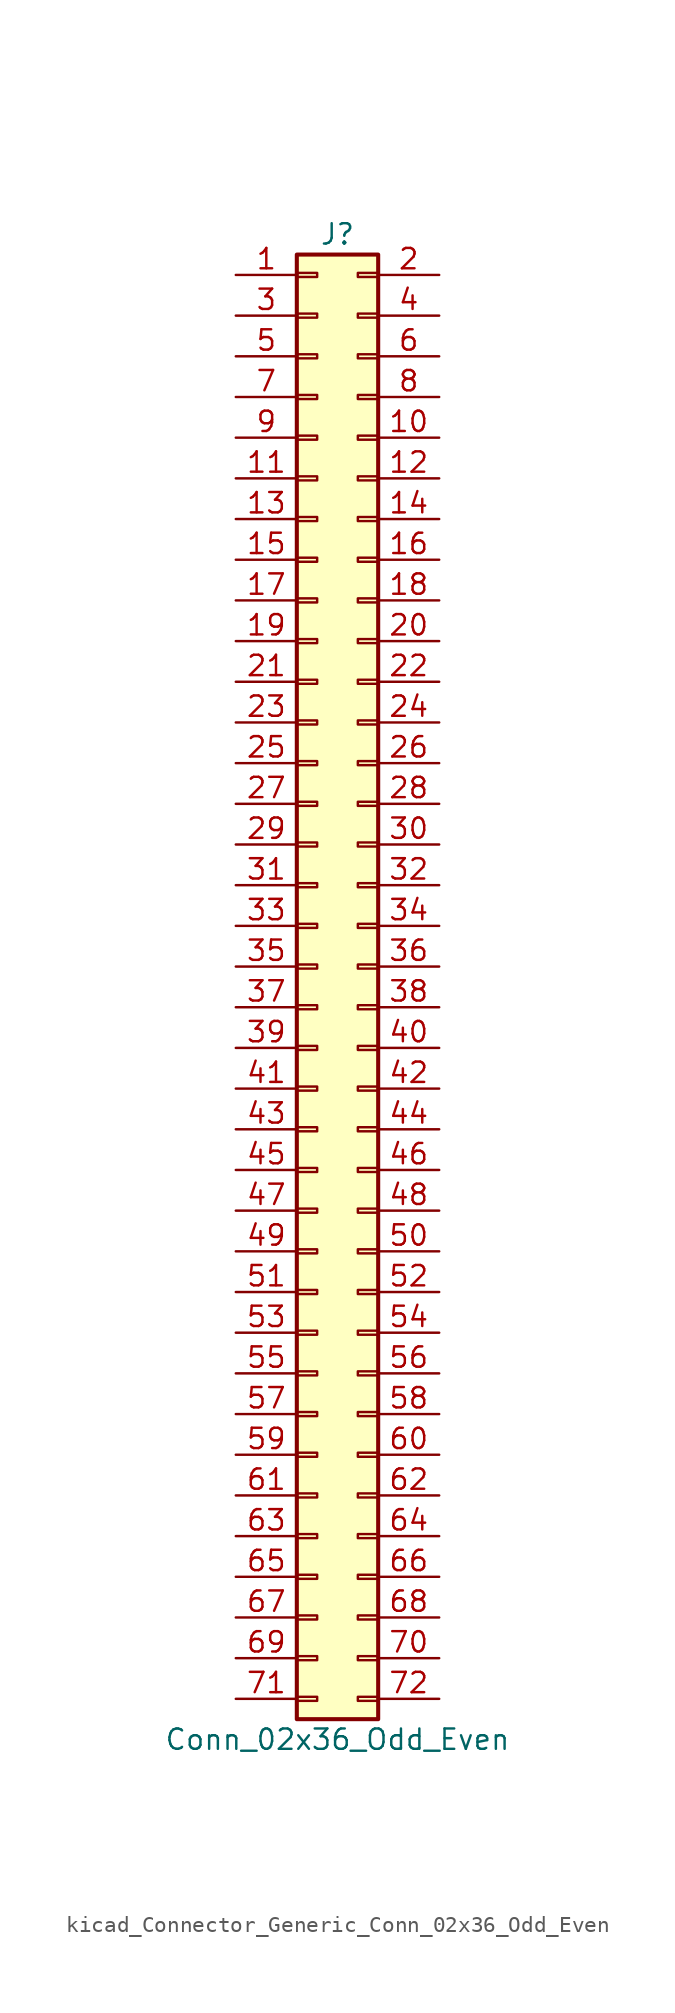
<source format=kicad_sym>
(kicad_symbol_lib
  (version 20220914)
  (generator kicad_symbol_editor)
  (symbol "kicad_Connector_Generic_Conn_02x36_Odd_Even"
    (pin_names
      (offset 1.016) hide)
    (property "Reference" "J"
      (at 1.27 45.72 0)
      (effects (font (size 1.27 1.27))))
    (property "Value" "Conn_02x36_Odd_Even"
      (at 1.27 -48.26 0)
      (effects (font (size 1.27 1.27))))
    (symbol "kicad_Connector_Generic_Conn_02x36_Odd_Even_1_1"
      (rectangle (start -1.27 -45.593) (end 0 -45.847) (stroke (width 0.152) (type default)) (fill (type none)))
      (rectangle (start -1.27 -43.053) (end 0 -43.307) (stroke (width 0.152) (type default)) (fill (type none)))
      (rectangle (start -1.27 -40.513) (end 0 -40.767) (stroke (width 0.152) (type default)) (fill (type none)))
      (rectangle (start -1.27 -37.973) (end 0 -38.227) (stroke (width 0.152) (type default)) (fill (type none)))
      (rectangle (start -1.27 -35.433) (end 0 -35.687) (stroke (width 0.152) (type default)) (fill (type none)))
      (rectangle (start -1.27 -32.893) (end 0 -33.147) (stroke (width 0.152) (type default)) (fill (type none)))
      (rectangle (start -1.27 -30.353) (end 0 -30.607) (stroke (width 0.152) (type default)) (fill (type none)))
      (rectangle (start -1.27 -27.813) (end 0 -28.067) (stroke (width 0.152) (type default)) (fill (type none)))
      (rectangle (start -1.27 -25.273) (end 0 -25.527) (stroke (width 0.152) (type default)) (fill (type none)))
      (rectangle (start -1.27 -22.733) (end 0 -22.987) (stroke (width 0.152) (type default)) (fill (type none)))
      (rectangle (start -1.27 -20.193) (end 0 -20.447) (stroke (width 0.152) (type default)) (fill (type none)))
      (rectangle (start -1.27 -17.653) (end 0 -17.907) (stroke (width 0.152) (type default)) (fill (type none)))
      (rectangle (start -1.27 -15.113) (end 0 -15.367) (stroke (width 0.152) (type default)) (fill (type none)))
      (rectangle (start -1.27 -12.573) (end 0 -12.827) (stroke (width 0.152) (type default)) (fill (type none)))
      (rectangle (start -1.27 -10.033) (end 0 -10.287) (stroke (width 0.152) (type default)) (fill (type none)))
      (rectangle (start -1.27 -7.493) (end 0 -7.747) (stroke (width 0.152) (type default)) (fill (type none)))
      (rectangle (start -1.27 -4.953) (end 0 -5.207) (stroke (width 0.152) (type default)) (fill (type none)))
      (rectangle (start -1.27 -2.413) (end 0 -2.667) (stroke (width 0.152) (type default)) (fill (type none)))
      (rectangle (start -1.27 0.127) (end 0 -0.127) (stroke (width 0.152) (type default)) (fill (type none)))
      (rectangle (start -1.27 2.667) (end 0 2.413) (stroke (width 0.152) (type default)) (fill (type none)))
      (rectangle (start -1.27 5.207) (end 0 4.953) (stroke (width 0.152) (type default)) (fill (type none)))
      (rectangle (start -1.27 7.747) (end 0 7.493) (stroke (width 0.152) (type default)) (fill (type none)))
      (rectangle (start -1.27 10.287) (end 0 10.033) (stroke (width 0.152) (type default)) (fill (type none)))
      (rectangle (start -1.27 12.827) (end 0 12.573) (stroke (width 0.152) (type default)) (fill (type none)))
      (rectangle (start -1.27 15.367) (end 0 15.113) (stroke (width 0.152) (type default)) (fill (type none)))
      (rectangle (start -1.27 17.907) (end 0 17.653) (stroke (width 0.152) (type default)) (fill (type none)))
      (rectangle (start -1.27 20.447) (end 0 20.193) (stroke (width 0.152) (type default)) (fill (type none)))
      (rectangle (start -1.27 22.987) (end 0 22.733) (stroke (width 0.152) (type default)) (fill (type none)))
      (rectangle (start -1.27 25.527) (end 0 25.273) (stroke (width 0.152) (type default)) (fill (type none)))
      (rectangle (start -1.27 28.067) (end 0 27.813) (stroke (width 0.152) (type default)) (fill (type none)))
      (rectangle (start -1.27 30.607) (end 0 30.353) (stroke (width 0.152) (type default)) (fill (type none)))
      (rectangle (start -1.27 33.147) (end 0 32.893) (stroke (width 0.152) (type default)) (fill (type none)))
      (rectangle (start -1.27 35.687) (end 0 35.433) (stroke (width 0.152) (type default)) (fill (type none)))
      (rectangle (start -1.27 38.227) (end 0 37.973) (stroke (width 0.152) (type default)) (fill (type none)))
      (rectangle (start -1.27 40.767) (end 0 40.513) (stroke (width 0.152) (type default)) (fill (type none)))
      (rectangle (start -1.27 43.307) (end 0 43.053) (stroke (width 0.152) (type default)) (fill (type none)))
      (rectangle (start -1.27 44.45) (end 3.81 -46.99) (stroke (width 0.254) (type default)) (fill (type background)))
      (rectangle (start 3.81 -45.593) (end 2.54 -45.847) (stroke (width 0.152) (type default)) (fill (type none)))
      (rectangle (start 3.81 -43.053) (end 2.54 -43.307) (stroke (width 0.152) (type default)) (fill (type none)))
      (rectangle (start 3.81 -40.513) (end 2.54 -40.767) (stroke (width 0.152) (type default)) (fill (type none)))
      (rectangle (start 3.81 -37.973) (end 2.54 -38.227) (stroke (width 0.152) (type default)) (fill (type none)))
      (rectangle (start 3.81 -35.433) (end 2.54 -35.687) (stroke (width 0.152) (type default)) (fill (type none)))
      (rectangle (start 3.81 -32.893) (end 2.54 -33.147) (stroke (width 0.152) (type default)) (fill (type none)))
      (rectangle (start 3.81 -30.353) (end 2.54 -30.607) (stroke (width 0.152) (type default)) (fill (type none)))
      (rectangle (start 3.81 -27.813) (end 2.54 -28.067) (stroke (width 0.152) (type default)) (fill (type none)))
      (rectangle (start 3.81 -25.273) (end 2.54 -25.527) (stroke (width 0.152) (type default)) (fill (type none)))
      (rectangle (start 3.81 -22.733) (end 2.54 -22.987) (stroke (width 0.152) (type default)) (fill (type none)))
      (rectangle (start 3.81 -20.193) (end 2.54 -20.447) (stroke (width 0.152) (type default)) (fill (type none)))
      (rectangle (start 3.81 -17.653) (end 2.54 -17.907) (stroke (width 0.152) (type default)) (fill (type none)))
      (rectangle (start 3.81 -15.113) (end 2.54 -15.367) (stroke (width 0.152) (type default)) (fill (type none)))
      (rectangle (start 3.81 -12.573) (end 2.54 -12.827) (stroke (width 0.152) (type default)) (fill (type none)))
      (rectangle (start 3.81 -10.033) (end 2.54 -10.287) (stroke (width 0.152) (type default)) (fill (type none)))
      (rectangle (start 3.81 -7.493) (end 2.54 -7.747) (stroke (width 0.152) (type default)) (fill (type none)))
      (rectangle (start 3.81 -4.953) (end 2.54 -5.207) (stroke (width 0.152) (type default)) (fill (type none)))
      (rectangle (start 3.81 -2.413) (end 2.54 -2.667) (stroke (width 0.152) (type default)) (fill (type none)))
      (rectangle (start 3.81 0.127) (end 2.54 -0.127) (stroke (width 0.152) (type default)) (fill (type none)))
      (rectangle (start 3.81 2.667) (end 2.54 2.413) (stroke (width 0.152) (type default)) (fill (type none)))
      (rectangle (start 3.81 5.207) (end 2.54 4.953) (stroke (width 0.152) (type default)) (fill (type none)))
      (rectangle (start 3.81 7.747) (end 2.54 7.493) (stroke (width 0.152) (type default)) (fill (type none)))
      (rectangle (start 3.81 10.287) (end 2.54 10.033) (stroke (width 0.152) (type default)) (fill (type none)))
      (rectangle (start 3.81 12.827) (end 2.54 12.573) (stroke (width 0.152) (type default)) (fill (type none)))
      (rectangle (start 3.81 15.367) (end 2.54 15.113) (stroke (width 0.152) (type default)) (fill (type none)))
      (rectangle (start 3.81 17.907) (end 2.54 17.653) (stroke (width 0.152) (type default)) (fill (type none)))
      (rectangle (start 3.81 20.447) (end 2.54 20.193) (stroke (width 0.152) (type default)) (fill (type none)))
      (rectangle (start 3.81 22.987) (end 2.54 22.733) (stroke (width 0.152) (type default)) (fill (type none)))
      (rectangle (start 3.81 25.527) (end 2.54 25.273) (stroke (width 0.152) (type default)) (fill (type none)))
      (rectangle (start 3.81 28.067) (end 2.54 27.813) (stroke (width 0.152) (type default)) (fill (type none)))
      (rectangle (start 3.81 30.607) (end 2.54 30.353) (stroke (width 0.152) (type default)) (fill (type none)))
      (rectangle (start 3.81 33.147) (end 2.54 32.893) (stroke (width 0.152) (type default)) (fill (type none)))
      (rectangle (start 3.81 35.687) (end 2.54 35.433) (stroke (width 0.152) (type default)) (fill (type none)))
      (rectangle (start 3.81 38.227) (end 2.54 37.973) (stroke (width 0.152) (type default)) (fill (type none)))
      (rectangle (start 3.81 40.767) (end 2.54 40.513) (stroke (width 0.152) (type default)) (fill (type none)))
      (rectangle (start 3.81 43.307) (end 2.54 43.053) (stroke (width 0.152) (type default)) (fill (type none)))
      (pin passive line (at -5.08 43.18 0) (length 3.81) (name "Pin_1" (effects (font (size 1.27 1.27)))) (number "1" (effects (font (size 1.27 1.27)))))
      (pin passive line (at 7.62 33.02 180) (length 3.81) (name "Pin_10" (effects (font (size 1.27 1.27)))) (number "10" (effects (font (size 1.27 1.27)))))
      (pin passive line (at -5.08 30.48 0) (length 3.81) (name "Pin_11" (effects (font (size 1.27 1.27)))) (number "11" (effects (font (size 1.27 1.27)))))
      (pin passive line (at 7.62 30.48 180) (length 3.81) (name "Pin_12" (effects (font (size 1.27 1.27)))) (number "12" (effects (font (size 1.27 1.27)))))
      (pin passive line (at -5.08 27.94 0) (length 3.81) (name "Pin_13" (effects (font (size 1.27 1.27)))) (number "13" (effects (font (size 1.27 1.27)))))
      (pin passive line (at 7.62 27.94 180) (length 3.81) (name "Pin_14" (effects (font (size 1.27 1.27)))) (number "14" (effects (font (size 1.27 1.27)))))
      (pin passive line (at -5.08 25.4 0) (length 3.81) (name "Pin_15" (effects (font (size 1.27 1.27)))) (number "15" (effects (font (size 1.27 1.27)))))
      (pin passive line (at 7.62 25.4 180) (length 3.81) (name "Pin_16" (effects (font (size 1.27 1.27)))) (number "16" (effects (font (size 1.27 1.27)))))
      (pin passive line (at -5.08 22.86 0) (length 3.81) (name "Pin_17" (effects (font (size 1.27 1.27)))) (number "17" (effects (font (size 1.27 1.27)))))
      (pin passive line (at 7.62 22.86 180) (length 3.81) (name "Pin_18" (effects (font (size 1.27 1.27)))) (number "18" (effects (font (size 1.27 1.27)))))
      (pin passive line (at -5.08 20.32 0) (length 3.81) (name "Pin_19" (effects (font (size 1.27 1.27)))) (number "19" (effects (font (size 1.27 1.27)))))
      (pin passive line (at 7.62 43.18 180) (length 3.81) (name "Pin_2" (effects (font (size 1.27 1.27)))) (number "2" (effects (font (size 1.27 1.27)))))
      (pin passive line (at 7.62 20.32 180) (length 3.81) (name "Pin_20" (effects (font (size 1.27 1.27)))) (number "20" (effects (font (size 1.27 1.27)))))
      (pin passive line (at -5.08 17.78 0) (length 3.81) (name "Pin_21" (effects (font (size 1.27 1.27)))) (number "21" (effects (font (size 1.27 1.27)))))
      (pin passive line (at 7.62 17.78 180) (length 3.81) (name "Pin_22" (effects (font (size 1.27 1.27)))) (number "22" (effects (font (size 1.27 1.27)))))
      (pin passive line (at -5.08 15.24 0) (length 3.81) (name "Pin_23" (effects (font (size 1.27 1.27)))) (number "23" (effects (font (size 1.27 1.27)))))
      (pin passive line (at 7.62 15.24 180) (length 3.81) (name "Pin_24" (effects (font (size 1.27 1.27)))) (number "24" (effects (font (size 1.27 1.27)))))
      (pin passive line (at -5.08 12.7 0) (length 3.81) (name "Pin_25" (effects (font (size 1.27 1.27)))) (number "25" (effects (font (size 1.27 1.27)))))
      (pin passive line (at 7.62 12.7 180) (length 3.81) (name "Pin_26" (effects (font (size 1.27 1.27)))) (number "26" (effects (font (size 1.27 1.27)))))
      (pin passive line (at -5.08 10.16 0) (length 3.81) (name "Pin_27" (effects (font (size 1.27 1.27)))) (number "27" (effects (font (size 1.27 1.27)))))
      (pin passive line (at 7.62 10.16 180) (length 3.81) (name "Pin_28" (effects (font (size 1.27 1.27)))) (number "28" (effects (font (size 1.27 1.27)))))
      (pin passive line (at -5.08 7.62 0) (length 3.81) (name "Pin_29" (effects (font (size 1.27 1.27)))) (number "29" (effects (font (size 1.27 1.27)))))
      (pin passive line (at -5.08 40.64 0) (length 3.81) (name "Pin_3" (effects (font (size 1.27 1.27)))) (number "3" (effects (font (size 1.27 1.27)))))
      (pin passive line (at 7.62 7.62 180) (length 3.81) (name "Pin_30" (effects (font (size 1.27 1.27)))) (number "30" (effects (font (size 1.27 1.27)))))
      (pin passive line (at -5.08 5.08 0) (length 3.81) (name "Pin_31" (effects (font (size 1.27 1.27)))) (number "31" (effects (font (size 1.27 1.27)))))
      (pin passive line (at 7.62 5.08 180) (length 3.81) (name "Pin_32" (effects (font (size 1.27 1.27)))) (number "32" (effects (font (size 1.27 1.27)))))
      (pin passive line (at -5.08 2.54 0) (length 3.81) (name "Pin_33" (effects (font (size 1.27 1.27)))) (number "33" (effects (font (size 1.27 1.27)))))
      (pin passive line (at 7.62 2.54 180) (length 3.81) (name "Pin_34" (effects (font (size 1.27 1.27)))) (number "34" (effects (font (size 1.27 1.27)))))
      (pin passive line (at -5.08 0 0) (length 3.81) (name "Pin_35" (effects (font (size 1.27 1.27)))) (number "35" (effects (font (size 1.27 1.27)))))
      (pin passive line (at 7.62 0 180) (length 3.81) (name "Pin_36" (effects (font (size 1.27 1.27)))) (number "36" (effects (font (size 1.27 1.27)))))
      (pin passive line (at -5.08 -2.54 0) (length 3.81) (name "Pin_37" (effects (font (size 1.27 1.27)))) (number "37" (effects (font (size 1.27 1.27)))))
      (pin passive line (at 7.62 -2.54 180) (length 3.81) (name "Pin_38" (effects (font (size 1.27 1.27)))) (number "38" (effects (font (size 1.27 1.27)))))
      (pin passive line (at -5.08 -5.08 0) (length 3.81) (name "Pin_39" (effects (font (size 1.27 1.27)))) (number "39" (effects (font (size 1.27 1.27)))))
      (pin passive line (at 7.62 40.64 180) (length 3.81) (name "Pin_4" (effects (font (size 1.27 1.27)))) (number "4" (effects (font (size 1.27 1.27)))))
      (pin passive line (at 7.62 -5.08 180) (length 3.81) (name "Pin_40" (effects (font (size 1.27 1.27)))) (number "40" (effects (font (size 1.27 1.27)))))
      (pin passive line (at -5.08 -7.62 0) (length 3.81) (name "Pin_41" (effects (font (size 1.27 1.27)))) (number "41" (effects (font (size 1.27 1.27)))))
      (pin passive line (at 7.62 -7.62 180) (length 3.81) (name "Pin_42" (effects (font (size 1.27 1.27)))) (number "42" (effects (font (size 1.27 1.27)))))
      (pin passive line (at -5.08 -10.16 0) (length 3.81) (name "Pin_43" (effects (font (size 1.27 1.27)))) (number "43" (effects (font (size 1.27 1.27)))))
      (pin passive line (at 7.62 -10.16 180) (length 3.81) (name "Pin_44" (effects (font (size 1.27 1.27)))) (number "44" (effects (font (size 1.27 1.27)))))
      (pin passive line (at -5.08 -12.7 0) (length 3.81) (name "Pin_45" (effects (font (size 1.27 1.27)))) (number "45" (effects (font (size 1.27 1.27)))))
      (pin passive line (at 7.62 -12.7 180) (length 3.81) (name "Pin_46" (effects (font (size 1.27 1.27)))) (number "46" (effects (font (size 1.27 1.27)))))
      (pin passive line (at -5.08 -15.24 0) (length 3.81) (name "Pin_47" (effects (font (size 1.27 1.27)))) (number "47" (effects (font (size 1.27 1.27)))))
      (pin passive line (at 7.62 -15.24 180) (length 3.81) (name "Pin_48" (effects (font (size 1.27 1.27)))) (number "48" (effects (font (size 1.27 1.27)))))
      (pin passive line (at -5.08 -17.78 0) (length 3.81) (name "Pin_49" (effects (font (size 1.27 1.27)))) (number "49" (effects (font (size 1.27 1.27)))))
      (pin passive line (at -5.08 38.1 0) (length 3.81) (name "Pin_5" (effects (font (size 1.27 1.27)))) (number "5" (effects (font (size 1.27 1.27)))))
      (pin passive line (at 7.62 -17.78 180) (length 3.81) (name "Pin_50" (effects (font (size 1.27 1.27)))) (number "50" (effects (font (size 1.27 1.27)))))
      (pin passive line (at -5.08 -20.32 0) (length 3.81) (name "Pin_51" (effects (font (size 1.27 1.27)))) (number "51" (effects (font (size 1.27 1.27)))))
      (pin passive line (at 7.62 -20.32 180) (length 3.81) (name "Pin_52" (effects (font (size 1.27 1.27)))) (number "52" (effects (font (size 1.27 1.27)))))
      (pin passive line (at -5.08 -22.86 0) (length 3.81) (name "Pin_53" (effects (font (size 1.27 1.27)))) (number "53" (effects (font (size 1.27 1.27)))))
      (pin passive line (at 7.62 -22.86 180) (length 3.81) (name "Pin_54" (effects (font (size 1.27 1.27)))) (number "54" (effects (font (size 1.27 1.27)))))
      (pin passive line (at -5.08 -25.4 0) (length 3.81) (name "Pin_55" (effects (font (size 1.27 1.27)))) (number "55" (effects (font (size 1.27 1.27)))))
      (pin passive line (at 7.62 -25.4 180) (length 3.81) (name "Pin_56" (effects (font (size 1.27 1.27)))) (number "56" (effects (font (size 1.27 1.27)))))
      (pin passive line (at -5.08 -27.94 0) (length 3.81) (name "Pin_57" (effects (font (size 1.27 1.27)))) (number "57" (effects (font (size 1.27 1.27)))))
      (pin passive line (at 7.62 -27.94 180) (length 3.81) (name "Pin_58" (effects (font (size 1.27 1.27)))) (number "58" (effects (font (size 1.27 1.27)))))
      (pin passive line (at -5.08 -30.48 0) (length 3.81) (name "Pin_59" (effects (font (size 1.27 1.27)))) (number "59" (effects (font (size 1.27 1.27)))))
      (pin passive line (at 7.62 38.1 180) (length 3.81) (name "Pin_6" (effects (font (size 1.27 1.27)))) (number "6" (effects (font (size 1.27 1.27)))))
      (pin passive line (at 7.62 -30.48 180) (length 3.81) (name "Pin_60" (effects (font (size 1.27 1.27)))) (number "60" (effects (font (size 1.27 1.27)))))
      (pin passive line (at -5.08 -33.02 0) (length 3.81) (name "Pin_61" (effects (font (size 1.27 1.27)))) (number "61" (effects (font (size 1.27 1.27)))))
      (pin passive line (at 7.62 -33.02 180) (length 3.81) (name "Pin_62" (effects (font (size 1.27 1.27)))) (number "62" (effects (font (size 1.27 1.27)))))
      (pin passive line (at -5.08 -35.56 0) (length 3.81) (name "Pin_63" (effects (font (size 1.27 1.27)))) (number "63" (effects (font (size 1.27 1.27)))))
      (pin passive line (at 7.62 -35.56 180) (length 3.81) (name "Pin_64" (effects (font (size 1.27 1.27)))) (number "64" (effects (font (size 1.27 1.27)))))
      (pin passive line (at -5.08 -38.1 0) (length 3.81) (name "Pin_65" (effects (font (size 1.27 1.27)))) (number "65" (effects (font (size 1.27 1.27)))))
      (pin passive line (at 7.62 -38.1 180) (length 3.81) (name "Pin_66" (effects (font (size 1.27 1.27)))) (number "66" (effects (font (size 1.27 1.27)))))
      (pin passive line (at -5.08 -40.64 0) (length 3.81) (name "Pin_67" (effects (font (size 1.27 1.27)))) (number "67" (effects (font (size 1.27 1.27)))))
      (pin passive line (at 7.62 -40.64 180) (length 3.81) (name "Pin_68" (effects (font (size 1.27 1.27)))) (number "68" (effects (font (size 1.27 1.27)))))
      (pin passive line (at -5.08 -43.18 0) (length 3.81) (name "Pin_69" (effects (font (size 1.27 1.27)))) (number "69" (effects (font (size 1.27 1.27)))))
      (pin passive line (at -5.08 35.56 0) (length 3.81) (name "Pin_7" (effects (font (size 1.27 1.27)))) (number "7" (effects (font (size 1.27 1.27)))))
      (pin passive line (at 7.62 -43.18 180) (length 3.81) (name "Pin_70" (effects (font (size 1.27 1.27)))) (number "70" (effects (font (size 1.27 1.27)))))
      (pin passive line (at -5.08 -45.72 0) (length 3.81) (name "Pin_71" (effects (font (size 1.27 1.27)))) (number "71" (effects (font (size 1.27 1.27)))))
      (pin passive line (at 7.62 -45.72 180) (length 3.81) (name "Pin_72" (effects (font (size 1.27 1.27)))) (number "72" (effects (font (size 1.27 1.27)))))
      (pin passive line (at 7.62 35.56 180) (length 3.81) (name "Pin_8" (effects (font (size 1.27 1.27)))) (number "8" (effects (font (size 1.27 1.27)))))
      (pin passive line (at -5.08 33.02 0) (length 3.81) (name "Pin_9" (effects (font (size 1.27 1.27)))) (number "9" (effects (font (size 1.27 1.27))))))))
</source>
